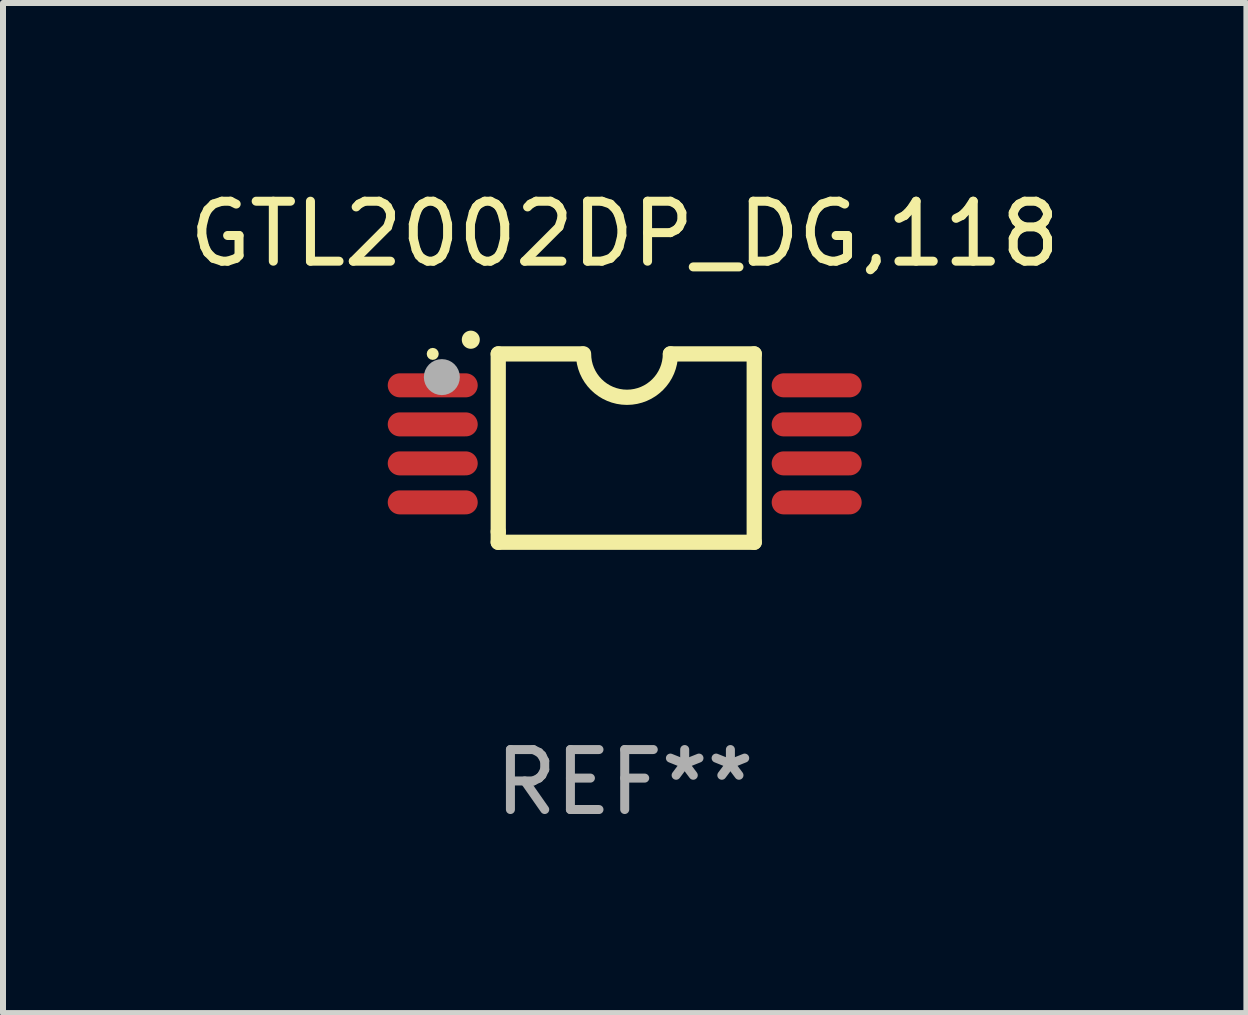
<source format=kicad_pcb>
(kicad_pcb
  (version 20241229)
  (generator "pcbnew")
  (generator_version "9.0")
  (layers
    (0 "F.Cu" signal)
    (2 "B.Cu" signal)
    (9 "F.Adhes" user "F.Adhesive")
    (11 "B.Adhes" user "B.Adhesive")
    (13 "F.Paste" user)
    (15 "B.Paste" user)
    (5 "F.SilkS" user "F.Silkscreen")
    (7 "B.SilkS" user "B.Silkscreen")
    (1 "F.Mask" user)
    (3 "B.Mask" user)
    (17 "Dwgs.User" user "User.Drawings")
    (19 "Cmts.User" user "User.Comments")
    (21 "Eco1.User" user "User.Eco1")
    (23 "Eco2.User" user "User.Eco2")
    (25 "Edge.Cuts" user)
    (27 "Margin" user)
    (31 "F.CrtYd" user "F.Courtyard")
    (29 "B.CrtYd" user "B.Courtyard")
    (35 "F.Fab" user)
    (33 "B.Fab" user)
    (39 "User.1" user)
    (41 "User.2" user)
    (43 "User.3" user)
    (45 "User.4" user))
  (footprint "GTL2002DP_DG,118"
    (layer "F.Cu")
    (at 7.363 4.419)
    (property "Reference" "GTL2002DP_DG,118" (at 0 -3.57 0) (layer "F.SilkS") (effects (font (size 1 1) (thickness 0.15))))
    (attr through_hole)
    (fp_line (start -2.108 -1.57) (end -0.711 -1.57) (stroke (width 0.254) (type solid)) (layer "F.SilkS"))
    (fp_line (start -2.108 -1.57) (end -2.108 1.393) (stroke (width 0.254) (type solid)) (layer "F.SilkS"))
    (fp_line (start -2.108 1.393) (end -2.108 1.57) (stroke (width 0.254) (type solid)) (layer "F.SilkS"))
    (fp_line (start -2.108 1.57) (end 2.159 1.57) (stroke (width 0.254) (type solid)) (layer "F.SilkS"))
    (fp_line (start 0.762 -1.57) (end 2.159 -1.57) (stroke (width 0.254) (type solid)) (layer "F.SilkS"))
    (fp_line (start 2.159 1.57) (end 2.159 -1.57) (stroke (width 0.254) (type solid)) (layer "F.SilkS"))
    (fp_arc (start -2.565405 -1.805169) (mid -2.56541 -1.806439) (end -2.565405 -1.807709) (stroke (width 0.3) (type solid)) (layer "F.SilkS"))
    (fp_arc (start 0.762002 -1.570498) (mid 0.0381 -0.846596) (end -0.685802 -1.570498) (stroke (width 0.254001) (type solid)) (layer "F.SilkS"))
    (fp_circle (center -3.2 -1.57) (end -3.15 -1.57) (stroke (width 0.1) (type solid)) (fill no) (layer "F.SilkS"))
    (fp_circle (center -3.048 -1.183) (end -2.898 -1.183) (stroke (width 0.3) (type solid)) (fill no) (layer "F.Fab"))
    (fp_text user "REF**" (at 0 5.57 0) (layer "F.Fab") (effects (font (size 1 1) (thickness 0.15))))
    (pad "1" smd oval (at -3.2 -1.046 90) (size 0.4 1.5) (layers "F.Cu" "F.Mask" "F.Paste"))
    (pad "2" smd oval (at -3.2 -0.395 90) (size 0.4 1.5) (layers "F.Cu" "F.Mask" "F.Paste"))
    (pad "3" smd oval (at -3.2 0.255 90) (size 0.4 1.5) (layers "F.Cu" "F.Mask" "F.Paste"))
    (pad "4" smd oval (at -3.2 0.905 90) (size 0.4 1.5) (layers "F.Cu" "F.Mask" "F.Paste"))
    (pad "5" smd oval (at 3.2 0.905 90) (size 0.4 1.5) (layers "F.Cu" "F.Mask" "F.Paste"))
    (pad "6" smd oval (at 3.2 0.255 90) (size 0.4 1.5) (layers "F.Cu" "F.Mask" "F.Paste"))
    (pad "7" smd oval (at 3.2 -0.395 90) (size 0.4 1.5) (layers "F.Cu" "F.Mask" "F.Paste"))
    (pad "8" smd oval (at 3.2 -1.046 90) (size 0.4 1.5) (layers "F.Cu" "F.Mask" "F.Paste")))
  (gr_rect
    (start -3 -3)
    (end 17.726 13.837)
    (stroke (width 0.1) (type default))
    (fill no)
    (layer "Edge.Cuts")))
</source>
